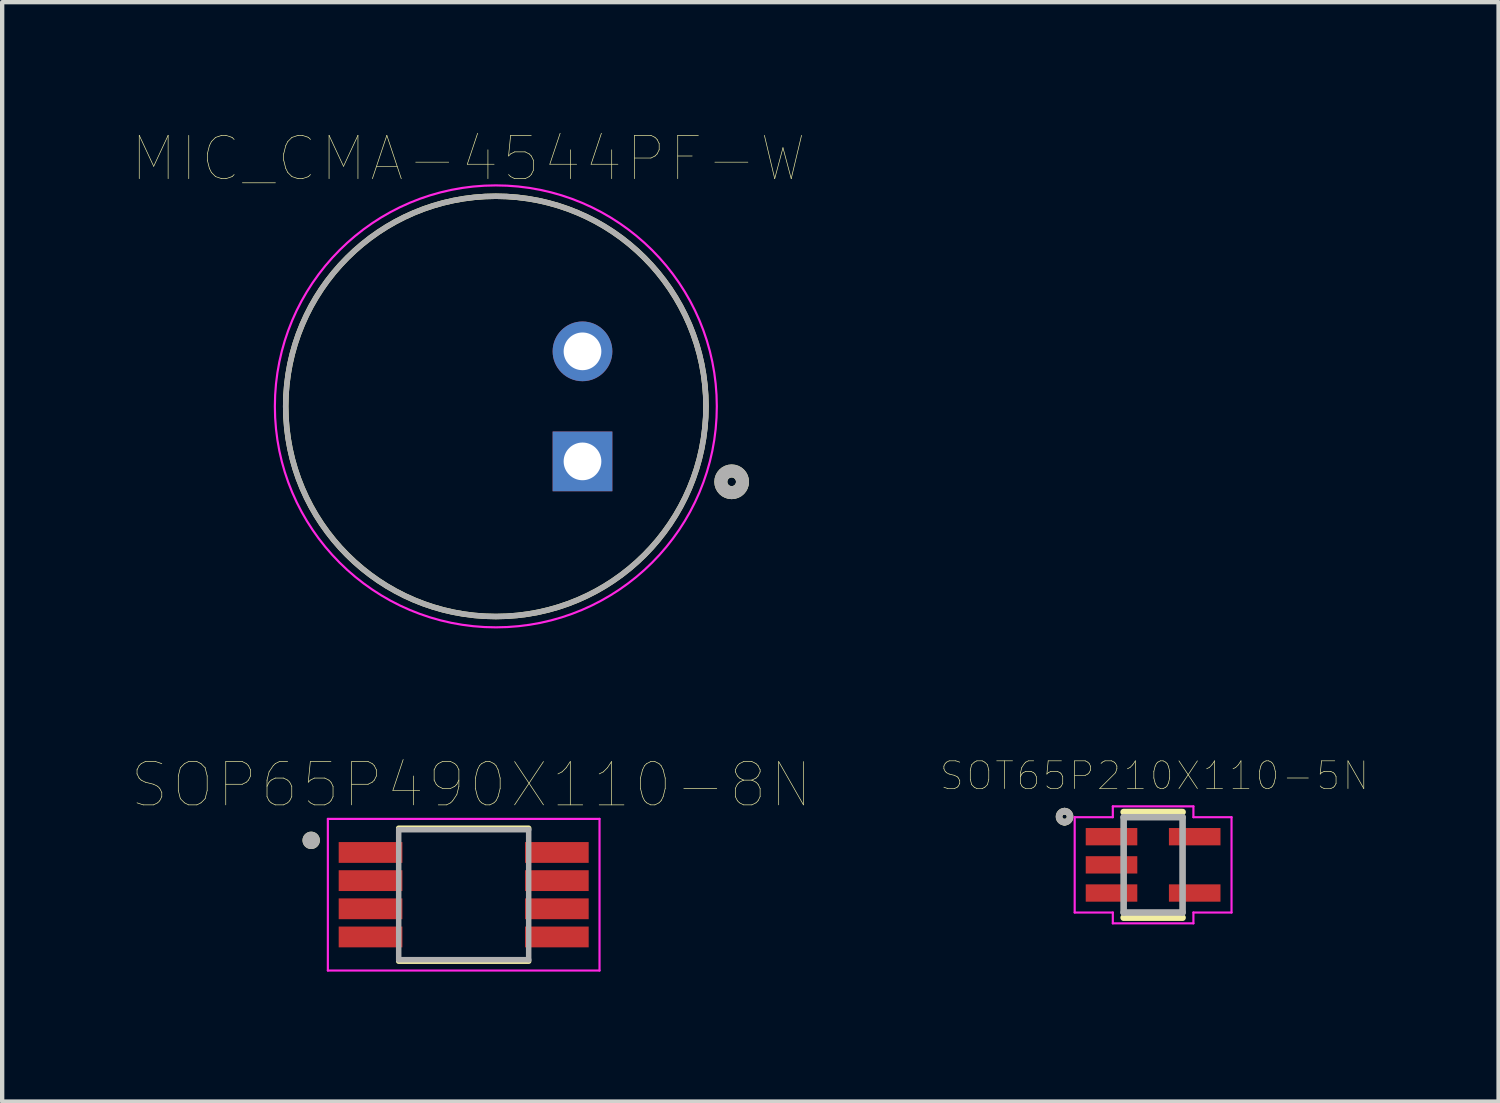
<source format=kicad_pcb>
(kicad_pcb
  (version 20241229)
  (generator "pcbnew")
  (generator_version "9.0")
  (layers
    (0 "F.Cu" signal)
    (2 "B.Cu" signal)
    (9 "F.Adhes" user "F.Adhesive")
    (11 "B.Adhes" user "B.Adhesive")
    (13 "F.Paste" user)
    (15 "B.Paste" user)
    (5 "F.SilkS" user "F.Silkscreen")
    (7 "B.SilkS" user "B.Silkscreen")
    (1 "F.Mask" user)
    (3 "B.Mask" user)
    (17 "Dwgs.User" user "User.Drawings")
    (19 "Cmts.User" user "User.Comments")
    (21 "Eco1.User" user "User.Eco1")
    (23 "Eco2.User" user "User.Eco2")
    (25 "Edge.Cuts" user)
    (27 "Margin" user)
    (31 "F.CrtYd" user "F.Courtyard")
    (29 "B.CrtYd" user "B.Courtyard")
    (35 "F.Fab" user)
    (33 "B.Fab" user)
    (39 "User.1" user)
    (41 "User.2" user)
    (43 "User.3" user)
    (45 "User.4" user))
  (footprint "MIC_CMA-4544PF-W"
    (layer "F.Cu")
    (at 8.394 6.329)
    (property "Reference" "MIC_CMA-4544PF-W" (at -0.635 -5.717 0) (layer "F.SilkS") (effects (font (size 1 1) (thickness 0.015))))
    (attr through_hole)
    (fp_circle (center 0 0) (end 4.85 0) (stroke (width 0.127) (type solid)) (fill no) (layer "F.SilkS"))
    (fp_circle (center 5.443 1.741) (end 5.543 1.741) (stroke (width 0.3) (type solid)) (fill no) (layer "F.SilkS"))
    (fp_circle (center 0 0) (end 5.1 0) (stroke (width 0.05) (type solid)) (fill no) (layer "F.CrtYd"))
    (fp_circle (center 0 0) (end 4.85 0) (stroke (width 0.127) (type solid)) (fill no) (layer "F.Fab"))
    (fp_circle (center 5.443 1.741) (end 5.543 1.741) (stroke (width 0.3) (type solid)) (fill no) (layer "F.Fab"))
    (pad "1" thru_hole rect (at 2 1.27) (size 1.378 1.378) (drill 0.87) (layers "*.Cu" "*.Mask"))
    (pad "2" thru_hole circle (at 2 -1.27) (size 1.378 1.378) (drill 0.87) (layers "*.Cu" "*.Mask")))
  (footprint "SOT65P210X110-5N"
    (layer "F.Cu")
    (at 23.564 16.911)
    (property "Reference" "SOT65P210X110-5N" (at 0.032 -2.056 0) (layer "F.SilkS") (effects (font (size 0.64 0.64) (thickness 0.015))))
    (attr through_hole)
    (fp_line (start -0.68 1.219) (end 0.68 1.219) (stroke (width 0.152) (type solid)) (layer "F.SilkS"))
    (fp_line (start 0.68 -1.219) (end -0.68 -1.219) (stroke (width 0.152) (type solid)) (layer "F.SilkS"))
    (fp_arc (start -2.0438 -1.2392) (mid -1.9168 -1.1122) (end -2.0438 -0.9852) (stroke (width 0.1524) (type solid)) (layer "F.SilkS"))
    (fp_arc (start -2.0438 -0.9852) (mid -2.1708 -1.1122) (end -2.0438 -1.2392) (stroke (width 0.1524) (type solid)) (layer "F.SilkS"))
    (fp_line (start -1.81 -1.1) (end -0.93 -1.1) (stroke (width 0.05) (type solid)) (layer "F.CrtYd"))
    (fp_line (start -1.81 1.1) (end -1.81 -1.1) (stroke (width 0.05) (type solid)) (layer "F.CrtYd"))
    (fp_line (start -0.93 -1.35) (end 0.93 -1.35) (stroke (width 0.05) (type solid)) (layer "F.CrtYd"))
    (fp_line (start -0.93 -1.1) (end -0.93 -1.35) (stroke (width 0.05) (type solid)) (layer "F.CrtYd"))
    (fp_line (start -0.93 1.1) (end -1.81 1.1) (stroke (width 0.05) (type solid)) (layer "F.CrtYd"))
    (fp_line (start -0.93 1.35) (end -0.93 1.1) (stroke (width 0.05) (type solid)) (layer "F.CrtYd"))
    (fp_line (start 0.93 -1.35) (end 0.93 -1.1) (stroke (width 0.05) (type solid)) (layer "F.CrtYd"))
    (fp_line (start 0.93 -1.1) (end 1.81 -1.1) (stroke (width 0.05) (type solid)) (layer "F.CrtYd"))
    (fp_line (start 0.93 1.1) (end 0.93 1.35) (stroke (width 0.05) (type solid)) (layer "F.CrtYd"))
    (fp_line (start 0.93 1.35) (end -0.93 1.35) (stroke (width 0.05) (type solid)) (layer "F.CrtYd"))
    (fp_line (start 1.81 -1.1) (end 1.81 1.1) (stroke (width 0.05) (type solid)) (layer "F.CrtYd"))
    (fp_line (start 1.81 1.1) (end 0.93 1.1) (stroke (width 0.05) (type solid)) (layer "F.CrtYd"))
    (fp_line (start -0.68 -1.1) (end -0.68 1.1) (stroke (width 0.152) (type solid)) (layer "F.Fab"))
    (fp_line (start -0.68 1.1) (end 0.68 1.1) (stroke (width 0.152) (type solid)) (layer "F.Fab"))
    (fp_line (start 0.68 -1.1) (end -0.68 -1.1) (stroke (width 0.152) (type solid)) (layer "F.Fab"))
    (fp_line (start 0.68 1.1) (end 0.68 -1.1) (stroke (width 0.152) (type solid)) (layer "F.Fab"))
    (fp_arc (start -2.0438 -1.2392) (mid -1.9168 -1.1122) (end -2.0438 -0.9852) (stroke (width 0.1524) (type solid)) (layer "F.Fab"))
    (fp_arc (start -2.0438 -0.9852) (mid -2.1708 -1.1122) (end -2.0438 -1.2392) (stroke (width 0.1524) (type solid)) (layer "F.Fab"))
    (pad "1" smd rect (at -0.96 -0.65) (size 1.19 0.4) (layers "F.Cu" "F.Mask" "F.Paste"))
    (pad "2" smd rect (at -0.96 0) (size 1.19 0.4) (layers "F.Cu" "F.Mask" "F.Paste"))
    (pad "3" smd rect (at -0.96 0.65) (size 1.19 0.4) (layers "F.Cu" "F.Mask" "F.Paste"))
    (pad "4" smd rect (at 0.96 0.65) (size 1.19 0.4) (layers "F.Cu" "F.Mask" "F.Paste"))
    (pad "5" smd rect (at 0.96 -0.65) (size 1.19 0.4) (layers "F.Cu" "F.Mask" "F.Paste")))
  (footprint "SOP65P490X110-8N"
    (layer "F.Cu")
    (at 7.652 17.6)
    (property "Reference" "SOP65P490X110-8N" (at 0.175 -2.535 0) (layer "F.SilkS") (effects (font (size 1 1) (thickness 0.015))))
    (attr through_hole)
    (fp_line (start -1.5 -1.535) (end 1.5 -1.535) (stroke (width 0.127) (type solid)) (layer "F.SilkS"))
    (fp_line (start -1.5 1.535) (end 1.5 1.535) (stroke (width 0.127) (type solid)) (layer "F.SilkS"))
    (fp_circle (center -3.52 -1.255) (end -3.42 -1.255) (stroke (width 0.2) (type solid)) (fill no) (layer "F.SilkS"))
    (fp_line (start -3.135 -1.75) (end -3.135 1.75) (stroke (width 0.05) (type solid)) (layer "F.CrtYd"))
    (fp_line (start -3.135 -1.75) (end 3.135 -1.75) (stroke (width 0.05) (type solid)) (layer "F.CrtYd"))
    (fp_line (start -3.135 1.75) (end 3.135 1.75) (stroke (width 0.05) (type solid)) (layer "F.CrtYd"))
    (fp_line (start 3.135 -1.75) (end 3.135 1.75) (stroke (width 0.05) (type solid)) (layer "F.CrtYd"))
    (fp_line (start -1.5 -1.5) (end -1.5 1.5) (stroke (width 0.127) (type solid)) (layer "F.Fab"))
    (fp_line (start -1.5 -1.5) (end 1.5 -1.5) (stroke (width 0.127) (type solid)) (layer "F.Fab"))
    (fp_line (start -1.5 1.5) (end 1.5 1.5) (stroke (width 0.127) (type solid)) (layer "F.Fab"))
    (fp_line (start 1.5 -1.5) (end 1.5 1.5) (stroke (width 0.127) (type solid)) (layer "F.Fab"))
    (fp_circle (center -3.52 -1.255) (end -3.42 -1.255) (stroke (width 0.2) (type solid)) (fill no) (layer "F.Fab"))
    (pad "1" smd rect (at -2.15 -0.975) (size 1.47 0.48) (layers "F.Cu" "F.Mask" "F.Paste"))
    (pad "2" smd rect (at -2.15 -0.325) (size 1.47 0.48) (layers "F.Cu" "F.Mask" "F.Paste"))
    (pad "3" smd rect (at -2.15 0.325) (size 1.47 0.48) (layers "F.Cu" "F.Mask" "F.Paste"))
    (pad "4" smd rect (at -2.15 0.975) (size 1.47 0.48) (layers "F.Cu" "F.Mask" "F.Paste"))
    (pad "5" smd rect (at 2.15 0.975) (size 1.47 0.48) (layers "F.Cu" "F.Mask" "F.Paste"))
    (pad "6" smd rect (at 2.15 0.325) (size 1.47 0.48) (layers "F.Cu" "F.Mask" "F.Paste"))
    (pad "7" smd rect (at 2.15 -0.325) (size 1.47 0.48) (layers "F.Cu" "F.Mask" "F.Paste"))
    (pad "8" smd rect (at 2.15 -0.975) (size 1.47 0.48) (layers "F.Cu" "F.Mask" "F.Paste")))
  (gr_rect
    (start -3 -3)
    (end 31.537 22.375)
    (stroke (width 0.1) (type default))
    (fill no)
    (layer "Edge.Cuts")))
</source>
